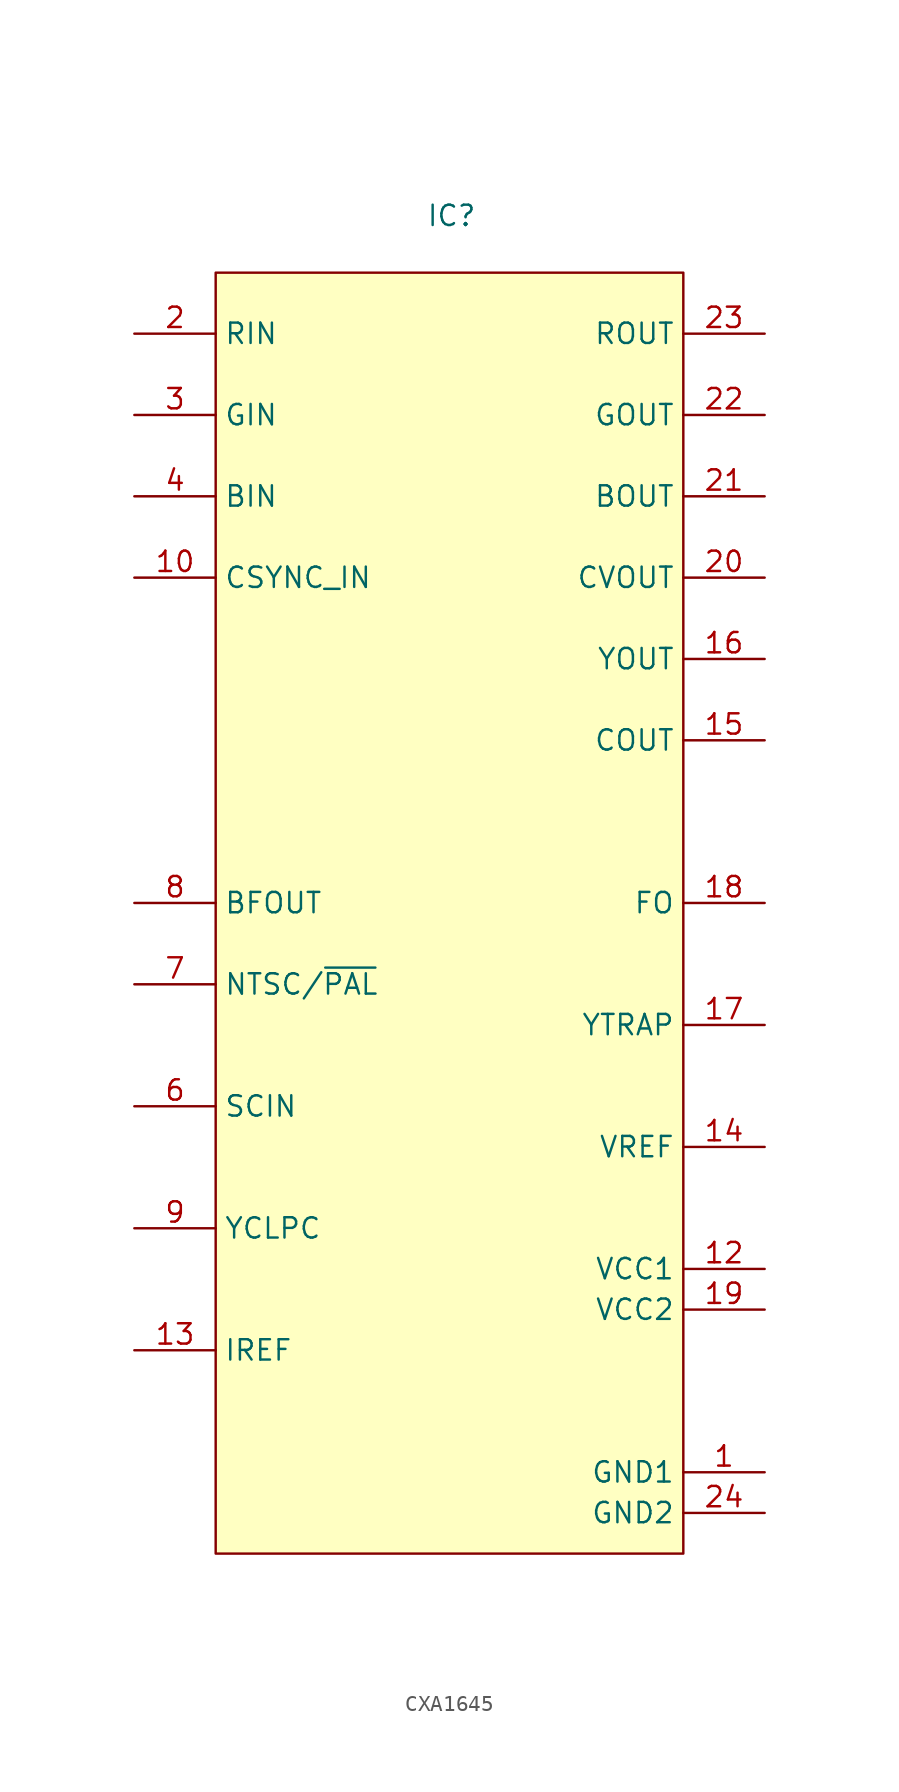
<source format=kicad_sym>
(kicad_symbol_lib
  (version 20241209)
  (generator "kicad_symbol_editor")
  (generator_version "9.0")
  (symbol "CXA1645"
    (property "Reference" "IC"
      (at 0.762 3.556 0)
      (effects (font (size 1.27 1.27))))
    (property "Value" ""
      (at 0 0 0)
      (effects (font (size 1.27 1.27))))
    (symbol "CXA1645_1_1"
      (rectangle (start -13.97 0) (end 15.24 -80.01) (stroke (width 0) (type solid)) (fill (type background)))
      (pin input line (at -19.05 -3.81 0) (length 5.08) (name "RIN" (effects (font (size 1.27 1.27)))) (number "2" (effects (font (size 1.27 1.27)))))
      (pin input line (at -19.05 -8.89 0) (length 5.08) (name "GIN" (effects (font (size 1.27 1.27)))) (number "3" (effects (font (size 1.27 1.27)))))
      (pin input line (at -19.05 -13.97 0) (length 5.08) (name "BIN" (effects (font (size 1.27 1.27)))) (number "4" (effects (font (size 1.27 1.27)))))
      (pin input line (at -19.05 -19.05 0) (length 5.08) (name "CSYNC_IN" (effects (font (size 1.27 1.27)))) (number "10" (effects (font (size 1.27 1.27)))))
      (pin no_connect line (at -19.05 -24.13 0) (length 5.08) (hide yes) (name "NC" (effects (font (size 1.27 1.27)))) (number "5" (effects (font (size 1.27 1.27)))))
      (pin output line (at -19.05 -39.37 0) (length 5.08) (name "BFOUT" (effects (font (size 1.27 1.27)))) (number "8" (effects (font (size 1.27 1.27)))))
      (pin input line (at -19.05 -44.45 0) (length 5.08) (name "NTSC/~{PAL}" (effects (font (size 1.27 1.27)))) (number "7" (effects (font (size 1.27 1.27)))))
      (pin input line (at -19.05 -52.07 0) (length 5.08) (name "SCIN" (effects (font (size 1.27 1.27)))) (number "6" (effects (font (size 1.27 1.27)))))
      (pin output line (at -19.05 -59.69 0) (length 5.08) (name "YCLPC" (effects (font (size 1.27 1.27)))) (number "9" (effects (font (size 1.27 1.27)))))
      (pin output line (at -19.05 -67.31 0) (length 5.08) (name "IREF" (effects (font (size 1.27 1.27)))) (number "13" (effects (font (size 1.27 1.27)))))
      (pin output line (at 20.32 -3.81 180) (length 5.08) (name "ROUT" (effects (font (size 1.27 1.27)))) (number "23" (effects (font (size 1.27 1.27)))))
      (pin output line (at 20.32 -8.89 180) (length 5.08) (name "GOUT" (effects (font (size 1.27 1.27)))) (number "22" (effects (font (size 1.27 1.27)))))
      (pin output line (at 20.32 -13.97 180) (length 5.08) (name "BOUT" (effects (font (size 1.27 1.27)))) (number "21" (effects (font (size 1.27 1.27)))))
      (pin output line (at 20.32 -19.05 180) (length 5.08) (name "CVOUT" (effects (font (size 1.27 1.27)))) (number "20" (effects (font (size 1.27 1.27)))))
      (pin output line (at 20.32 -24.13 180) (length 5.08) (name "YOUT" (effects (font (size 1.27 1.27)))) (number "16" (effects (font (size 1.27 1.27)))))
      (pin output line (at 20.32 -29.21 180) (length 5.08) (name "COUT" (effects (font (size 1.27 1.27)))) (number "15" (effects (font (size 1.27 1.27)))))
      (pin output line (at 20.32 -39.37 180) (length 5.08) (name "FO" (effects (font (size 1.27 1.27)))) (number "18" (effects (font (size 1.27 1.27)))))
      (pin output line (at 20.32 -46.99 180) (length 5.08) (name "YTRAP" (effects (font (size 1.27 1.27)))) (number "17" (effects (font (size 1.27 1.27)))))
      (pin output line (at 20.32 -54.61 180) (length 5.08) (name "VREF" (effects (font (size 1.27 1.27)))) (number "14" (effects (font (size 1.27 1.27)))))
      (pin power_in line (at 20.32 -62.23 180) (length 5.08) (name "VCC1" (effects (font (size 1.27 1.27)))) (number "12" (effects (font (size 1.27 1.27)))))
      (pin power_in line (at 20.32 -64.77 180) (length 5.08) (name "VCC2" (effects (font (size 1.27 1.27)))) (number "19" (effects (font (size 1.27 1.27)))))
      (pin power_in line (at 20.32 -74.93 180) (length 5.08) (name "GND1" (effects (font (size 1.27 1.27)))) (number "1" (effects (font (size 1.27 1.27)))))
      (pin power_in line (at 20.32 -77.47 180) (length 5.08) (name "GND2" (effects (font (size 1.27 1.27)))) (number "24" (effects (font (size 1.27 1.27))))))))
</source>
